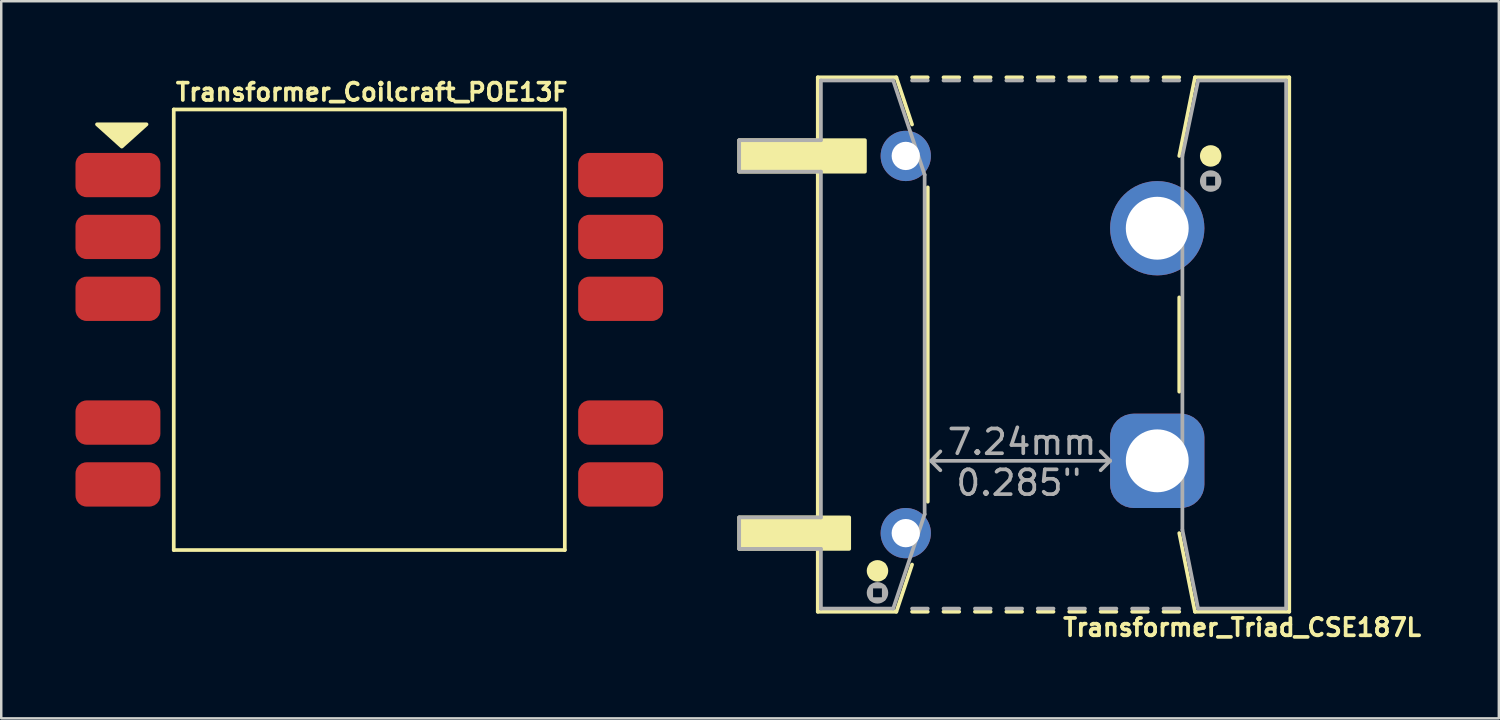
<source format=kicad_pcb>
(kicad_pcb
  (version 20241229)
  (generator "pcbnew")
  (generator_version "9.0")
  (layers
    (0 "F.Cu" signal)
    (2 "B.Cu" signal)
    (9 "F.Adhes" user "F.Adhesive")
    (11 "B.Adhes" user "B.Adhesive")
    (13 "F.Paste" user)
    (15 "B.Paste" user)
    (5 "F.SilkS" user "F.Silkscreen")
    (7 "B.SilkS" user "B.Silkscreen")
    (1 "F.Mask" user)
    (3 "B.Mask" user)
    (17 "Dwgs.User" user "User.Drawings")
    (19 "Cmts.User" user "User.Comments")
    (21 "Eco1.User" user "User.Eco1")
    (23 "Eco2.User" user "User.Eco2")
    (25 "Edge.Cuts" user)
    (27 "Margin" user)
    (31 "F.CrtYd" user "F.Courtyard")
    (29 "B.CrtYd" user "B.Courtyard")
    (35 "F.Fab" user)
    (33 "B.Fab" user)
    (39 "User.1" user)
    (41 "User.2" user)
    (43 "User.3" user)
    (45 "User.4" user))
  (footprint "Transformer_Coilcraft_POE13F"
    (layer "F.Cu")
    (at 11.87 10.273)
    (property "Reference" "Transformer_Coilcraft_POE13F" (at 0.1 -9.6 0) (layer "F.SilkS") (effects (font (size 0.7 0.7) (thickness 0.15))))
    (attr smd)
    (fp_line (start -7.9 -8.9) (end -7.9 8.9) (stroke (width 0.15) (type solid)) (layer "F.SilkS"))
    (fp_line (start -7.9 -8.9) (end 7.9 -8.9) (stroke (width 0.15) (type solid)) (layer "F.SilkS"))
    (fp_line (start -7.9 8.9) (end 7.9 8.9) (stroke (width 0.15) (type solid)) (layer "F.SilkS"))
    (fp_line (start 7.9 8.9) (end 7.9 -8.9) (stroke (width 0.15) (type solid)) (layer "F.SilkS"))
    (fp_poly (pts (xy -10 -7.4) (xy -11 -8.3) (xy -9 -8.3)) (stroke (width 0.15) (type solid)) (fill yes) (layer "F.SilkS"))
    (pad "1" smd roundrect (at -10.155 -6.25) (size 3.43 1.79) (layers "F.Cu" "F.Mask" "F.Paste") (roundrect_rratio 0.25))
    (pad "2" smd roundrect (at -10.155 -3.75) (size 3.43 1.79) (layers "F.Cu" "F.Mask" "F.Paste") (roundrect_rratio 0.25))
    (pad "3" smd roundrect (at -10.155 -1.25) (size 3.43 1.79) (layers "F.Cu" "F.Mask" "F.Paste") (roundrect_rratio 0.25))
    (pad "5" smd roundrect (at -10.155 3.75) (size 3.43 1.79) (layers "F.Cu" "F.Mask" "F.Paste") (roundrect_rratio 0.25))
    (pad "6" smd roundrect (at -10.155 6.25) (size 3.43 1.79) (layers "F.Cu" "F.Mask" "F.Paste") (roundrect_rratio 0.25))
    (pad "7" smd roundrect (at 10.155 6.25) (size 3.43 1.79) (layers "F.Cu" "F.Mask" "F.Paste") (roundrect_rratio 0.25))
    (pad "8" smd roundrect (at 10.155 3.75) (size 3.43 1.79) (layers "F.Cu" "F.Mask" "F.Paste") (roundrect_rratio 0.25))
    (pad "10" smd roundrect (at 10.155 -1.25) (size 3.43 1.79) (layers "F.Cu" "F.Mask" "F.Paste") (roundrect_rratio 0.25))
    (pad "11" smd roundrect (at 10.155 -3.75) (size 3.43 1.79) (layers "F.Cu" "F.Mask" "F.Paste") (roundrect_rratio 0.25))
    (pad "12" smd roundrect (at 10.155 -6.25) (size 3.43 1.79) (layers "F.Cu" "F.Mask" "F.Paste") (roundrect_rratio 0.25)))
  (footprint "Transformer_Triad_CSE187L"
    (layer "F.Cu")
    (at 39.515 10.87)
    (property "Reference" "Transformer_Triad_CSE187L" (at 7.62 11.43 0) (layer "F.SilkS") (effects (font (size 0.7 0.7) (thickness 0.15))))
    (attr through_hole)
    (fp_line (start -9.525 -10.795) (end -9.525 10.795) (stroke (width 0.15) (type solid)) (layer "F.SilkS"))
    (fp_line (start -6.35 -10.795) (end -9.525 -10.795) (stroke (width 0.15) (type solid)) (layer "F.SilkS"))
    (fp_line (start -6.35 10.795) (end -9.525 10.795) (stroke (width 0.15) (type solid)) (layer "F.SilkS"))
    (fp_line (start -5.715 -10.795) (end -5.08 -10.795) (stroke (width 0.15) (type solid)) (layer "F.SilkS"))
    (fp_line (start -5.715 -8.89) (end -6.35 -10.795) (stroke (width 0.15) (type solid)) (layer "F.SilkS"))
    (fp_line (start -5.715 8.89) (end -6.35 10.795) (stroke (width 0.15) (type solid)) (layer "F.SilkS"))
    (fp_line (start -5.715 10.795) (end -5.08 10.795) (stroke (width 0.15) (type solid)) (layer "F.SilkS"))
    (fp_line (start -5.08 6.35) (end -5.08 -6.35) (stroke (width 0.15) (type solid)) (layer "F.SilkS"))
    (fp_line (start -4.445 -10.795) (end -3.81 -10.795) (stroke (width 0.15) (type solid)) (layer "F.SilkS"))
    (fp_line (start -4.445 10.795) (end -3.81 10.795) (stroke (width 0.15) (type solid)) (layer "F.SilkS"))
    (fp_line (start -3.175 -10.795) (end -2.54 -10.795) (stroke (width 0.15) (type solid)) (layer "F.SilkS"))
    (fp_line (start -3.175 10.795) (end -2.54 10.795) (stroke (width 0.15) (type solid)) (layer "F.SilkS"))
    (fp_line (start -1.905 -10.795) (end -1.27 -10.795) (stroke (width 0.15) (type solid)) (layer "F.SilkS"))
    (fp_line (start -1.905 10.795) (end -1.27 10.795) (stroke (width 0.15) (type solid)) (layer "F.SilkS"))
    (fp_line (start -0.635 -10.795) (end 0 -10.795) (stroke (width 0.15) (type solid)) (layer "F.SilkS"))
    (fp_line (start -0.635 10.795) (end 0 10.795) (stroke (width 0.15) (type solid)) (layer "F.SilkS"))
    (fp_line (start 0.635 -10.795) (end 1.27 -10.795) (stroke (width 0.15) (type solid)) (layer "F.SilkS"))
    (fp_line (start 0.635 10.795) (end 1.27 10.795) (stroke (width 0.15) (type solid)) (layer "F.SilkS"))
    (fp_line (start 1.905 -10.795) (end 2.54 -10.795) (stroke (width 0.15) (type solid)) (layer "F.SilkS"))
    (fp_line (start 1.905 10.795) (end 2.54 10.795) (stroke (width 0.15) (type solid)) (layer "F.SilkS"))
    (fp_line (start 3.175 -10.795) (end 3.81 -10.795) (stroke (width 0.15) (type solid)) (layer "F.SilkS"))
    (fp_line (start 3.175 10.795) (end 3.81 10.795) (stroke (width 0.15) (type solid)) (layer "F.SilkS"))
    (fp_line (start 4.445 -10.795) (end 5.08 -10.795) (stroke (width 0.15) (type solid)) (layer "F.SilkS"))
    (fp_line (start 4.445 10.795) (end 5.08 10.795) (stroke (width 0.15) (type solid)) (layer "F.SilkS"))
    (fp_line (start 5.08 -7.62) (end 5.715 -10.795) (stroke (width 0.15) (type solid)) (layer "F.SilkS"))
    (fp_line (start 5.08 -1.905) (end 5.08 1.905) (stroke (width 0.15) (type solid)) (layer "F.SilkS"))
    (fp_line (start 5.08 7.62) (end 5.715 10.795) (stroke (width 0.15) (type solid)) (layer "F.SilkS"))
    (fp_line (start 5.715 -10.795) (end 9.525 -10.795) (stroke (width 0.15) (type solid)) (layer "F.SilkS"))
    (fp_line (start 5.715 10.795) (end 9.525 10.795) (stroke (width 0.15) (type solid)) (layer "F.SilkS"))
    (fp_line (start 9.525 -10.795) (end 9.525 10.795) (stroke (width 0.15) (type solid)) (layer "F.SilkS"))
    (fp_circle (center -7.112 9.144) (end -6.858 8.89) (stroke (width 0.15) (type solid)) (fill no) (layer "F.SilkS"))
    (fp_circle (center 6.35 -7.62) (end 6.604 -7.874) (stroke (width 0.15) (type solid)) (fill no) (layer "F.SilkS"))
    (fp_poly (pts (xy -12.7 6.985) (xy -8.255 6.985) (xy -8.255 8.255) (xy -12.7 8.255)) (stroke (width 0.15) (type solid)) (fill yes) (layer "F.SilkS"))
    (fp_poly (pts (xy -7.62 -6.985) (xy -12.7 -6.985) (xy -12.7 -8.255) (xy -7.62 -8.255)) (stroke (width 0.15) (type solid)) (fill yes) (layer "F.SilkS"))
    (fp_poly (pts (xy -7.366 8.89) (xy -7.366 9.398) (xy -6.858 9.398) (xy -6.858 8.89)) (stroke (width 0.15) (type solid)) (fill yes) (layer "F.SilkS"))
    (fp_poly (pts (xy 6.096 -7.874) (xy 6.096 -7.366) (xy 6.604 -7.366) (xy 6.604 -7.874)) (stroke (width 0.15) (type solid)) (fill yes) (layer "F.SilkS"))
    (fp_line (start -12.7 -8.255) (end -9.398 -8.255) (stroke (width 0.15) (type solid)) (layer "F.Fab"))
    (fp_line (start -12.7 -6.985) (end -12.7 -8.255) (stroke (width 0.15) (type solid)) (layer "F.Fab"))
    (fp_line (start -12.7 6.985) (end -9.398 6.985) (stroke (width 0.15) (type solid)) (layer "F.Fab"))
    (fp_line (start -12.7 8.255) (end -12.7 6.985) (stroke (width 0.15) (type solid)) (layer "F.Fab"))
    (fp_line (start -9.398 -10.668) (end -6.477 -10.668) (stroke (width 0.15) (type solid)) (layer "F.Fab"))
    (fp_line (start -9.398 -8.255) (end -9.398 -10.668) (stroke (width 0.15) (type solid)) (layer "F.Fab"))
    (fp_line (start -9.398 -6.985) (end -12.7 -6.985) (stroke (width 0.15) (type solid)) (layer "F.Fab"))
    (fp_line (start -9.398 6.985) (end -9.398 -6.985) (stroke (width 0.15) (type solid)) (layer "F.Fab"))
    (fp_line (start -9.398 8.255) (end -12.7 8.255) (stroke (width 0.15) (type solid)) (layer "F.Fab"))
    (fp_line (start -9.398 10.668) (end -9.398 8.255) (stroke (width 0.15) (type solid)) (layer "F.Fab"))
    (fp_line (start -6.477 -10.668) (end -5.207 -6.858) (stroke (width 0.15) (type solid)) (layer "F.Fab"))
    (fp_line (start -6.477 10.668) (end -9.398 10.668) (stroke (width 0.15) (type solid)) (layer "F.Fab"))
    (fp_line (start -6.477 10.668) (end -5.207 6.858) (stroke (width 0.15) (type solid)) (layer "F.Fab"))
    (fp_line (start -5.715 -10.668) (end -5.08 -10.668) (stroke (width 0.15) (type solid)) (layer "F.Fab"))
    (fp_line (start -5.715 10.668) (end -5.08 10.668) (stroke (width 0.15) (type solid)) (layer "F.Fab"))
    (fp_line (start -5.207 -6.858) (end -5.207 6.858) (stroke (width 0.15) (type solid)) (layer "F.Fab"))
    (fp_line (start -4.953 4.699) (end -4.572 4.318) (stroke (width 0.15) (type solid)) (layer "F.Fab"))
    (fp_line (start -4.953 4.699) (end -4.572 5.08) (stroke (width 0.15) (type solid)) (layer "F.Fab"))
    (fp_line (start -4.445 -10.668) (end -3.81 -10.668) (stroke (width 0.15) (type solid)) (layer "F.Fab"))
    (fp_line (start -4.445 10.668) (end -3.81 10.668) (stroke (width 0.15) (type solid)) (layer "F.Fab"))
    (fp_line (start -3.175 -10.668) (end -2.54 -10.668) (stroke (width 0.15) (type solid)) (layer "F.Fab"))
    (fp_line (start -3.175 10.668) (end -2.54 10.668) (stroke (width 0.15) (type solid)) (layer "F.Fab"))
    (fp_line (start -1.905 -10.668) (end -1.27 -10.668) (stroke (width 0.15) (type solid)) (layer "F.Fab"))
    (fp_line (start -1.905 10.668) (end -1.27 10.668) (stroke (width 0.15) (type solid)) (layer "F.Fab"))
    (fp_line (start -0.635 -10.668) (end 0 -10.668) (stroke (width 0.15) (type solid)) (layer "F.Fab"))
    (fp_line (start -0.635 10.668) (end 0 10.668) (stroke (width 0.15) (type solid)) (layer "F.Fab"))
    (fp_line (start 0.635 -10.668) (end 1.27 -10.668) (stroke (width 0.15) (type solid)) (layer "F.Fab"))
    (fp_line (start 0.635 10.668) (end 1.27 10.668) (stroke (width 0.15) (type solid)) (layer "F.Fab"))
    (fp_line (start 1.905 -10.668) (end 2.54 -10.668) (stroke (width 0.15) (type solid)) (layer "F.Fab"))
    (fp_line (start 1.905 10.668) (end 2.54 10.668) (stroke (width 0.15) (type solid)) (layer "F.Fab"))
    (fp_line (start 2.286 4.699) (end -4.953 4.699) (stroke (width 0.15) (type solid)) (layer "F.Fab"))
    (fp_line (start 2.286 4.699) (end 1.905 4.318) (stroke (width 0.15) (type solid)) (layer "F.Fab"))
    (fp_line (start 2.286 4.699) (end 1.905 5.08) (stroke (width 0.15) (type solid)) (layer "F.Fab"))
    (fp_line (start 3.175 -10.668) (end 3.81 -10.668) (stroke (width 0.15) (type solid)) (layer "F.Fab"))
    (fp_line (start 3.175 10.668) (end 3.81 10.668) (stroke (width 0.15) (type solid)) (layer "F.Fab"))
    (fp_line (start 4.445 -10.668) (end 5.08 -10.668) (stroke (width 0.15) (type solid)) (layer "F.Fab"))
    (fp_line (start 4.445 10.668) (end 5.08 10.668) (stroke (width 0.15) (type solid)) (layer "F.Fab"))
    (fp_line (start 5.207 -7.62) (end 5.842 -10.668) (stroke (width 0.15) (type solid)) (layer "F.Fab"))
    (fp_line (start 5.207 7.493) (end 5.207 -7.62) (stroke (width 0.15) (type solid)) (layer "F.Fab"))
    (fp_line (start 5.842 -10.668) (end 9.398 -10.668) (stroke (width 0.15) (type solid)) (layer "F.Fab"))
    (fp_line (start 5.842 10.668) (end 5.207 7.493) (stroke (width 0.15) (type solid)) (layer "F.Fab"))
    (fp_line (start 9.398 -10.668) (end 9.398 10.668) (stroke (width 0.15) (type solid)) (layer "F.Fab"))
    (fp_line (start 9.398 10.668) (end 5.842 10.668) (stroke (width 0.15) (type solid)) (layer "F.Fab"))
    (fp_circle (center -7.112 10.033) (end -6.858 9.779) (stroke (width 0.15) (type solid)) (fill no) (layer "F.Fab"))
    (fp_circle (center 6.35 -6.604) (end 6.604 -6.858) (stroke (width 0.15) (type solid)) (fill no) (layer "F.Fab"))
    (fp_poly (pts (xy -7.366 9.779) (xy -6.858 9.779) (xy -6.858 10.287) (xy -7.366 10.287)) (stroke (width 0.15) (type solid)) (fill no) (layer "F.Fab"))
    (fp_poly (pts (xy 6.096 -6.858) (xy 6.604 -6.858) (xy 6.604 -6.35) (xy 6.096 -6.35)) (stroke (width 0.15) (type solid)) (fill no) (layer "F.Fab"))
    (fp_text user "7.24mm" (at -1.27 3.937 0) (layer "F.Fab") (effects (font (size 1 1) (thickness 0.15))))
    (fp_text user "0.285\"" (at -1.397 5.588 0) (layer "F.Fab") (effects (font (size 1 1) (thickness 0.15))))
    (pad "1" thru_hole roundrect (at 4.191 4.699) (size 3.81 3.81) (drill 2.54) (layers "*.Cu" "*.Mask") (roundrect_rratio 0.25))
    (pad "2" thru_hole circle (at 4.191 -4.699) (size 3.81 3.81) (drill 2.54) (layers "*.Cu" "*.Mask"))
    (pad "5" thru_hole circle (at -5.969 -7.62) (size 2.032 2.032) (drill 1.143) (layers "*.Cu" "*.Mask"))
    (pad "8" thru_hole circle (at -5.969 7.62) (size 2.032 2.032) (drill 1.143) (layers "*.Cu" "*.Mask")))
  (gr_rect
    (start -3 -3)
    (end 57.507 25.973)
    (stroke (width 0.1) (type default))
    (fill no)
    (layer "Edge.Cuts")))
</source>
